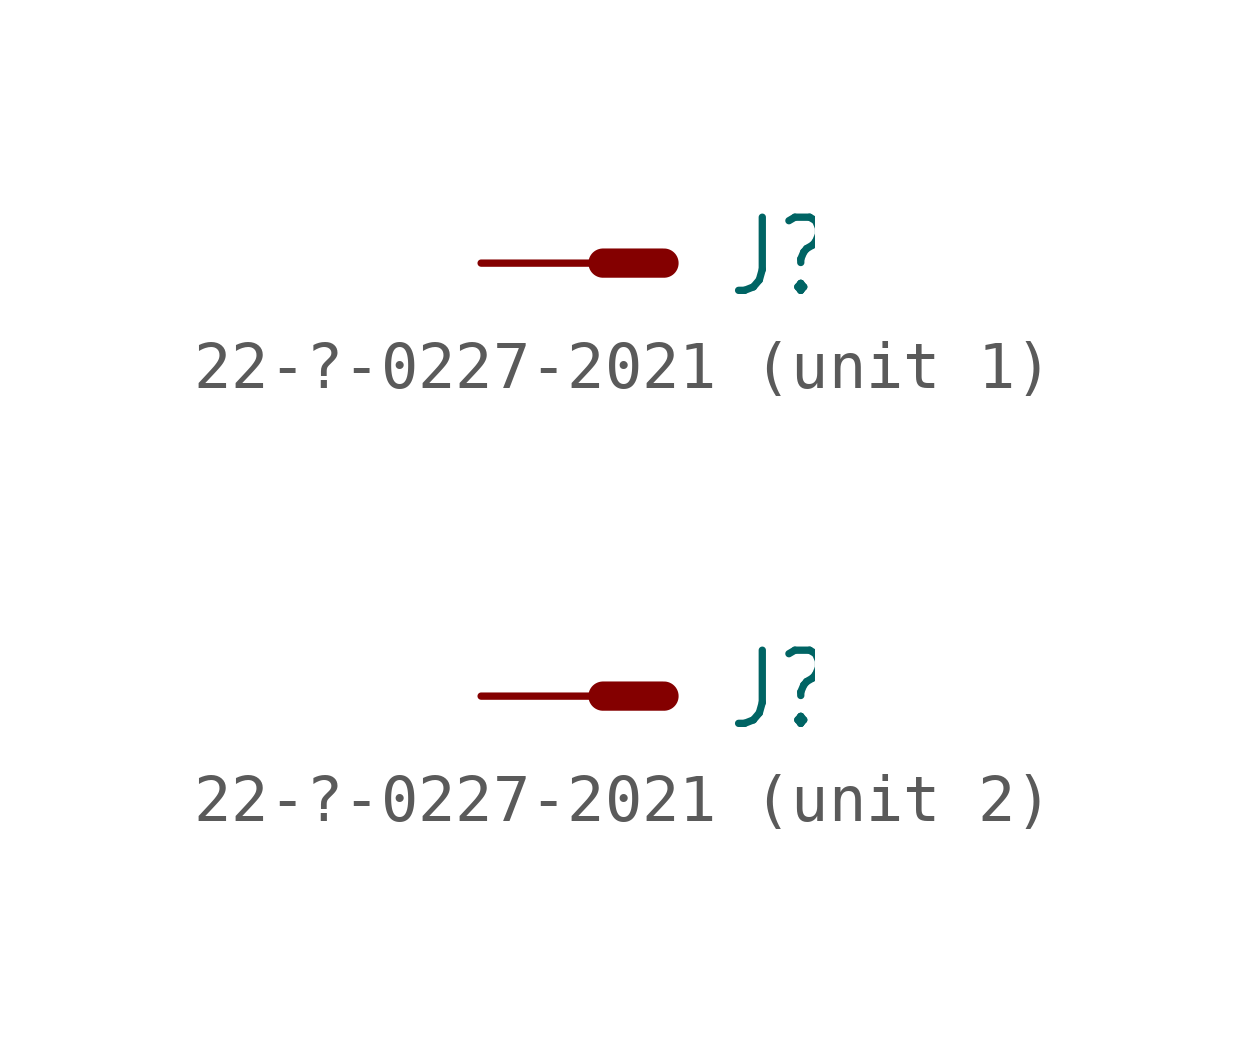
<source format=kicad_sym>
(kicad_symbol_lib
  (version 20231120)
  (generator "kicad_symbol_editor")
  (generator_version "8.0")
  (symbol "22-?-0227-2021"
    (property "Reference" "J"
      (at 2.54 -0.762 0)
      (effects (font (size 1.524 1.295)) (justify left bottom)))
    (property "ki_locked" ""
      (at 0 0 0)
      (effects (font (size 1.27 1.27))))
    (symbol "22-?-0227-2021_1_0"
      (polyline (pts (xy 1.27 0) (xy 0 0)) (stroke (width 0.61) (type solid)) (fill (type none)))
      (pin passive line (at -2.54 0 0) (length 2.54) (name "S" (effects (font (size 0 0)))) (number "1" (effects (font (size 0 0))))))
    (symbol "22-?-0227-2021_2_0"
      (polyline (pts (xy 1.27 0) (xy 0 0)) (stroke (width 0.61) (type solid)) (fill (type none)))
      (pin passive line (at -2.54 0 0) (length 2.54) (name "S" (effects (font (size 0 0)))) (number "2" (effects (font (size 0 0))))))))
</source>
